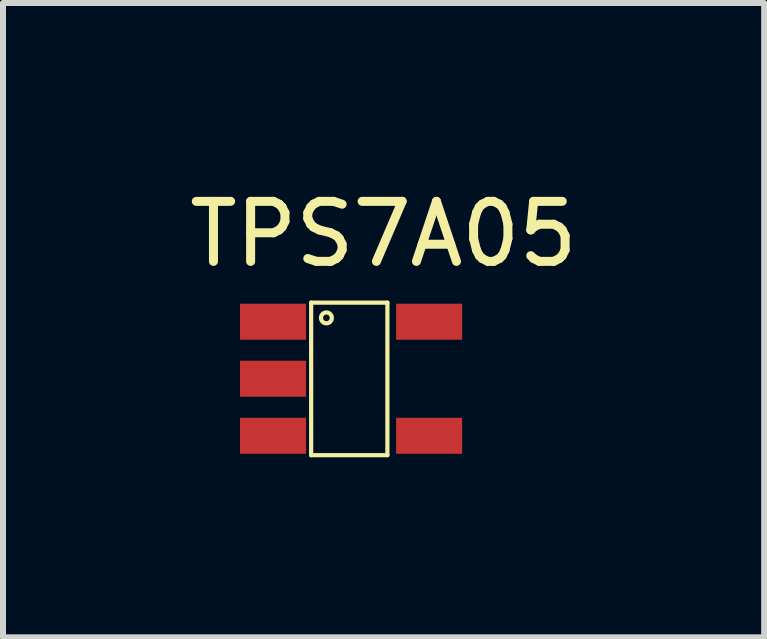
<source format=kicad_pcb>
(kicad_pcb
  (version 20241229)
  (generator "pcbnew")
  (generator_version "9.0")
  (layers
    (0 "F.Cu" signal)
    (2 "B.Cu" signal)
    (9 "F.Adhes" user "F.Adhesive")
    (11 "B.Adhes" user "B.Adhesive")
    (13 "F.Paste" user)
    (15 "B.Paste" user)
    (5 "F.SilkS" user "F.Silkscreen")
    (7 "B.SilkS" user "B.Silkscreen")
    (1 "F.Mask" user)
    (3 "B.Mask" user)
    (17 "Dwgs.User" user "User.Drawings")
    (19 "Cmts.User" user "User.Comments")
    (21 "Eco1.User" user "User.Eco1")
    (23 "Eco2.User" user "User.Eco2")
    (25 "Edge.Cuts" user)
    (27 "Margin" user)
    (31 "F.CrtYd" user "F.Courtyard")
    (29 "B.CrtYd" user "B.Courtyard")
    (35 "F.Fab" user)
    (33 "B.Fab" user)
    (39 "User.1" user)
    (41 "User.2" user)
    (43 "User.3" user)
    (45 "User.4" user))
  (footprint "TPS7A05"
    (layer "F.Cu")
    (at 1.498 2.309)
    (property "Reference" "TPS7A05" (at 1.841 -1.46 0) (layer "F.SilkS") (effects (font (size 1 1) (thickness 0.15))))
    (attr through_hole)
    (fp_line (start 0.635 -0.318) (end 1.905 -0.318) (stroke (width 0.07) (type solid)) (layer "F.SilkS"))
    (fp_line (start 0.635 2.223) (end 0.635 -0.318) (stroke (width 0.07) (type solid)) (layer "F.SilkS"))
    (fp_line (start 1.905 -0.318) (end 1.905 2.223) (stroke (width 0.07) (type solid)) (layer "F.SilkS"))
    (fp_line (start 1.905 2.223) (end 0.635 2.223) (stroke (width 0.07) (type solid)) (layer "F.SilkS"))
    (fp_circle (center 0.889 -0.064) (end 0.953 0) (stroke (width 0.07) (type solid)) (fill no) (layer "F.SilkS"))
    (pad "1" smd rect (at 0 0) (size 1.1 0.6) (layers "F.Cu" "F.Mask" "F.Paste"))
    (pad "2" smd rect (at 0 0.95) (size 1.1 0.6) (layers "F.Cu" "F.Mask" "F.Paste"))
    (pad "3" smd rect (at 0 1.9) (size 1.1 0.6) (layers "F.Cu" "F.Mask" "F.Paste"))
    (pad "4" smd rect (at 2.6 1.9) (size 1.1 0.6) (layers "F.Cu" "F.Mask" "F.Paste"))
    (pad "5" smd rect (at 2.6 0) (size 1.1 0.6) (layers "F.Cu" "F.Mask" "F.Paste")))
  (gr_rect
    (start -3 -3)
    (end 9.679 7.566)
    (stroke (width 0.1) (type default))
    (fill no)
    (layer "Edge.Cuts")))
</source>
